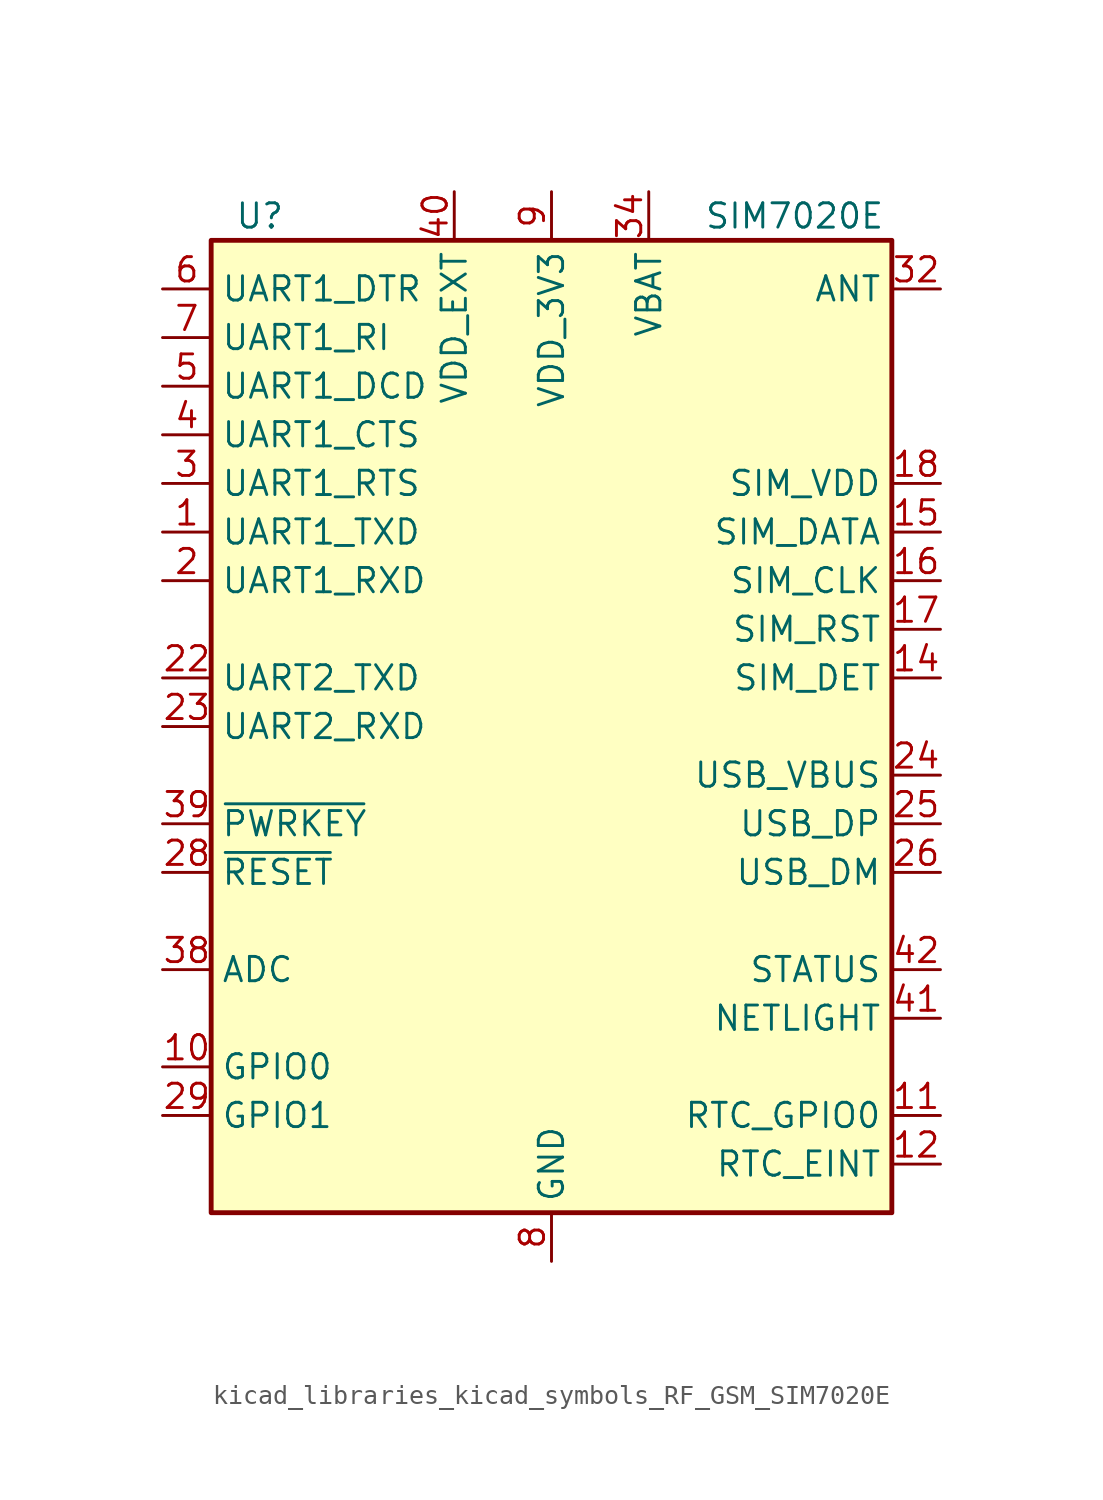
<source format=kicad_sym>
(kicad_symbol_lib
  (version 20220914)
  (generator kicad_symbol_editor)
  (symbol "kicad_libraries_kicad_symbols_RF_GSM_SIM7020E"
    (property "Reference" "U"
      (at -15.24 26.67 0)
      (effects (font (size 1.27 1.27))))
    (property "Value" "SIM7020E"
      (at 12.7 26.67 0)
      (effects (font (size 1.27 1.27))))
    (symbol "kicad_libraries_kicad_symbols_RF_GSM_SIM7020E_0_1"
      (rectangle (start -17.78 25.4) (end 17.78 -25.4) (stroke (width 0.254) (type default)) (fill (type background))))
    (symbol "kicad_libraries_kicad_symbols_RF_GSM_SIM7020E_1_1"
      (pin output line (at -20.32 10.16 0) (length 2.54) (name "UART1_TXD" (effects (font (size 1.27 1.27)))) (number "1" (effects (font (size 1.27 1.27)))))
      (pin bidirectional line (at -20.32 -17.78 0) (length 2.54) (name "GPIO0" (effects (font (size 1.27 1.27)))) (number "10" (effects (font (size 1.27 1.27)))))
      (pin output line (at 20.32 -20.32 180) (length 2.54) (name "RTC_GPIO0" (effects (font (size 1.27 1.27)))) (number "11" (effects (font (size 1.27 1.27)))))
      (pin input line (at 20.32 -22.86 180) (length 2.54) (name "RTC_EINT" (effects (font (size 1.27 1.27)))) (number "12" (effects (font (size 1.27 1.27)))))
      (pin passive line (at 0 -27.94 90) (length 2.54) hide (name "GND" (effects (font (size 1.27 1.27)))) (number "13" (effects (font (size 1.27 1.27)))))
      (pin input line (at 20.32 2.54 180) (length 2.54) (name "SIM_DET" (effects (font (size 1.27 1.27)))) (number "14" (effects (font (size 1.27 1.27)))))
      (pin bidirectional line (at 20.32 10.16 180) (length 2.54) (name "SIM_DATA" (effects (font (size 1.27 1.27)))) (number "15" (effects (font (size 1.27 1.27)))))
      (pin output line (at 20.32 7.62 180) (length 2.54) (name "SIM_CLK" (effects (font (size 1.27 1.27)))) (number "16" (effects (font (size 1.27 1.27)))))
      (pin output line (at 20.32 5.08 180) (length 2.54) (name "SIM_RST" (effects (font (size 1.27 1.27)))) (number "17" (effects (font (size 1.27 1.27)))))
      (pin power_out line (at 20.32 12.7 180) (length 2.54) (name "SIM_VDD" (effects (font (size 1.27 1.27)))) (number "18" (effects (font (size 1.27 1.27)))))
      (pin passive line (at 0 -27.94 90) (length 2.54) hide (name "GND" (effects (font (size 1.27 1.27)))) (number "19" (effects (font (size 1.27 1.27)))))
      (pin input line (at -20.32 7.62 0) (length 2.54) (name "UART1_RXD" (effects (font (size 1.27 1.27)))) (number "2" (effects (font (size 1.27 1.27)))))
      (pin no_connect line (at 17.78 17.78 180) (length 2.54) hide (name "NC" (effects (font (size 1.27 1.27)))) (number "20" (effects (font (size 1.27 1.27)))))
      (pin passive line (at 0 -27.94 90) (length 2.54) hide (name "GND" (effects (font (size 1.27 1.27)))) (number "21" (effects (font (size 1.27 1.27)))))
      (pin output line (at -20.32 2.54 0) (length 2.54) (name "UART2_TXD" (effects (font (size 1.27 1.27)))) (number "22" (effects (font (size 1.27 1.27)))))
      (pin input line (at -20.32 0 0) (length 2.54) (name "UART2_RXD" (effects (font (size 1.27 1.27)))) (number "23" (effects (font (size 1.27 1.27)))))
      (pin input line (at 20.32 -2.54 180) (length 2.54) (name "USB_VBUS" (effects (font (size 1.27 1.27)))) (number "24" (effects (font (size 1.27 1.27)))))
      (pin bidirectional line (at 20.32 -5.08 180) (length 2.54) (name "USB_DP" (effects (font (size 1.27 1.27)))) (number "25" (effects (font (size 1.27 1.27)))))
      (pin bidirectional line (at 20.32 -7.62 180) (length 2.54) (name "USB_DM" (effects (font (size 1.27 1.27)))) (number "26" (effects (font (size 1.27 1.27)))))
      (pin passive line (at 0 -27.94 90) (length 2.54) hide (name "GND" (effects (font (size 1.27 1.27)))) (number "27" (effects (font (size 1.27 1.27)))))
      (pin input line (at -20.32 -7.62 0) (length 2.54) (name "~{RESET}" (effects (font (size 1.27 1.27)))) (number "28" (effects (font (size 1.27 1.27)))))
      (pin bidirectional line (at -20.32 -20.32 0) (length 2.54) (name "GPIO1" (effects (font (size 1.27 1.27)))) (number "29" (effects (font (size 1.27 1.27)))))
      (pin input line (at -20.32 12.7 0) (length 2.54) (name "UART1_RTS" (effects (font (size 1.27 1.27)))) (number "3" (effects (font (size 1.27 1.27)))))
      (pin passive line (at 0 -27.94 90) (length 2.54) hide (name "GND" (effects (font (size 1.27 1.27)))) (number "30" (effects (font (size 1.27 1.27)))))
      (pin passive line (at 0 -27.94 90) (length 2.54) hide (name "GND" (effects (font (size 1.27 1.27)))) (number "31" (effects (font (size 1.27 1.27)))))
      (pin passive line (at 20.32 22.86 180) (length 2.54) (name "ANT" (effects (font (size 1.27 1.27)))) (number "32" (effects (font (size 1.27 1.27)))))
      (pin passive line (at 0 -27.94 90) (length 2.54) hide (name "GND" (effects (font (size 1.27 1.27)))) (number "33" (effects (font (size 1.27 1.27)))))
      (pin power_in line (at 5.08 27.94 270) (length 2.54) (name "VBAT" (effects (font (size 1.27 1.27)))) (number "34" (effects (font (size 1.27 1.27)))))
      (pin passive line (at 5.08 27.94 270) (length 2.54) hide (name "VBAT" (effects (font (size 1.27 1.27)))) (number "35" (effects (font (size 1.27 1.27)))))
      (pin passive line (at 0 -27.94 90) (length 2.54) hide (name "GND" (effects (font (size 1.27 1.27)))) (number "36" (effects (font (size 1.27 1.27)))))
      (pin passive line (at 0 -27.94 90) (length 2.54) hide (name "GND" (effects (font (size 1.27 1.27)))) (number "37" (effects (font (size 1.27 1.27)))))
      (pin input line (at -20.32 -12.7 0) (length 2.54) (name "ADC" (effects (font (size 1.27 1.27)))) (number "38" (effects (font (size 1.27 1.27)))))
      (pin input line (at -20.32 -5.08 0) (length 2.54) (name "~{PWRKEY}" (effects (font (size 1.27 1.27)))) (number "39" (effects (font (size 1.27 1.27)))))
      (pin output line (at -20.32 15.24 0) (length 2.54) (name "UART1_CTS" (effects (font (size 1.27 1.27)))) (number "4" (effects (font (size 1.27 1.27)))))
      (pin power_out line (at -5.08 27.94 270) (length 2.54) (name "VDD_EXT" (effects (font (size 1.27 1.27)))) (number "40" (effects (font (size 1.27 1.27)))))
      (pin output line (at 20.32 -15.24 180) (length 2.54) (name "NETLIGHT" (effects (font (size 1.27 1.27)))) (number "41" (effects (font (size 1.27 1.27)))))
      (pin output line (at 20.32 -12.7 180) (length 2.54) (name "STATUS" (effects (font (size 1.27 1.27)))) (number "42" (effects (font (size 1.27 1.27)))))
      (pin output line (at -20.32 17.78 0) (length 2.54) (name "UART1_DCD" (effects (font (size 1.27 1.27)))) (number "5" (effects (font (size 1.27 1.27)))))
      (pin input line (at -20.32 22.86 0) (length 2.54) (name "UART1_DTR" (effects (font (size 1.27 1.27)))) (number "6" (effects (font (size 1.27 1.27)))))
      (pin output line (at -20.32 20.32 0) (length 2.54) (name "UART1_RI" (effects (font (size 1.27 1.27)))) (number "7" (effects (font (size 1.27 1.27)))))
      (pin power_in line (at 0 -27.94 90) (length 2.54) (name "GND" (effects (font (size 1.27 1.27)))) (number "8" (effects (font (size 1.27 1.27)))))
      (pin power_out line (at 0 27.94 270) (length 2.54) (name "VDD_3V3" (effects (font (size 1.27 1.27)))) (number "9" (effects (font (size 1.27 1.27))))))))
</source>
